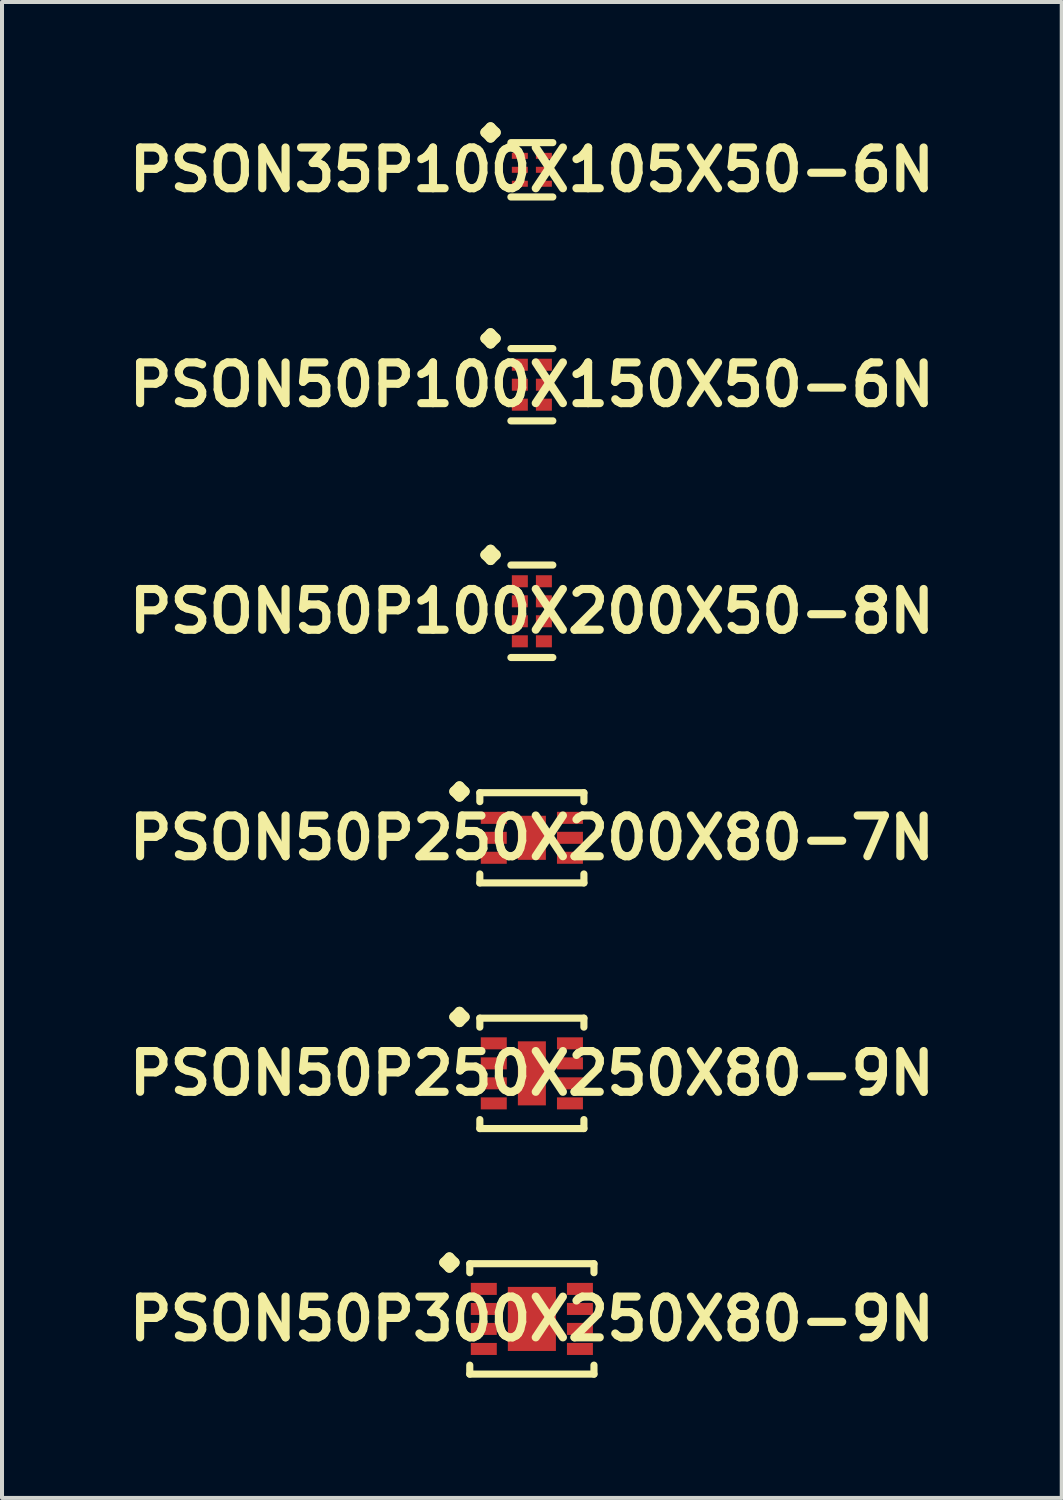
<source format=kicad_pcb>
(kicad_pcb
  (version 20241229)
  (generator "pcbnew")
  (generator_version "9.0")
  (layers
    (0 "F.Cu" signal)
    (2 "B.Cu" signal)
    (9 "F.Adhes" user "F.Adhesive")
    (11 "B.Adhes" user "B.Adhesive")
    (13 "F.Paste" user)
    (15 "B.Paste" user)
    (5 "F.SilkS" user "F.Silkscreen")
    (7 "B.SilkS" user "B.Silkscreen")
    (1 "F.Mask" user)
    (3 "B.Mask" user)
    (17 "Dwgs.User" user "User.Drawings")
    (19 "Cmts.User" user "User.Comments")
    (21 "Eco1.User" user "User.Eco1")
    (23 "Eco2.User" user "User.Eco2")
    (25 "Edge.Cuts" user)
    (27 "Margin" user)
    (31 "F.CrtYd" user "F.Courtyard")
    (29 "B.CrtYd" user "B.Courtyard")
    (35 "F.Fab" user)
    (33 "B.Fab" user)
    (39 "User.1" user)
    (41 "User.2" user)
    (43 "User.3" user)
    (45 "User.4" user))
  (footprint "PSON50P100X150X50-6N"
    (layer "F.Cu")
    (at 10.218 6.547)
    (property "Reference" "PSON50P100X150X50-6N" (at 0 0 0) (layer "F.SilkS") (effects (font (size 1.016 1.016) (thickness 0.203))))
    (attr smd)
    (fp_line (start -1.158 -1.156) (end -1.031 -1.283) (stroke (width 0.254) (type solid)) (layer "F.SilkS"))
    (fp_line (start -1.031 -1.283) (end -0.904 -1.156) (stroke (width 0.254) (type solid)) (layer "F.SilkS"))
    (fp_line (start -1.031 -1.029) (end -1.158 -1.156) (stroke (width 0.254) (type solid)) (layer "F.SilkS"))
    (fp_line (start -0.904 -1.156) (end -1.031 -1.029) (stroke (width 0.254) (type solid)) (layer "F.SilkS"))
    (fp_line (start -0.523 -0.902) (end 0.523 -0.902) (stroke (width 0.178) (type solid)) (layer "F.SilkS"))
    (fp_line (start -0.523 0.902) (end 0.523 0.902) (stroke (width 0.178) (type solid)) (layer "F.SilkS"))
    (pad "1" smd rect (at -0.3 -0.498) (size 0.399 0.3) (layers "F.Cu" "F.Mask" "F.Paste"))
    (pad "2" smd rect (at -0.3 0) (size 0.399 0.3) (layers "F.Cu" "F.Mask" "F.Paste"))
    (pad "3" smd rect (at -0.3 0.498) (size 0.399 0.3) (layers "F.Cu" "F.Mask" "F.Paste"))
    (pad "4" smd rect (at 0.3 0.498) (size 0.399 0.3) (layers "F.Cu" "F.Mask" "F.Paste"))
    (pad "5" smd rect (at 0.3 0) (size 0.399 0.3) (layers "F.Cu" "F.Mask" "F.Paste"))
    (pad "6" smd rect (at 0.3 -0.498) (size 0.399 0.3) (layers "F.Cu" "F.Mask" "F.Paste")))
  (footprint "PSON50P300X250X80-9N"
    (layer "F.Cu")
    (at 10.218 29.852)
    (property "Reference" "PSON50P300X250X80-9N" (at 0 0 0) (layer "F.SilkS") (effects (font (size 1.016 1.016) (thickness 0.203))))
    (attr smd)
    (fp_line (start -2.184 -1.407) (end -2.057 -1.534) (stroke (width 0.254) (type solid)) (layer "F.SilkS"))
    (fp_line (start -2.057 -1.534) (end -1.93 -1.407) (stroke (width 0.254) (type solid)) (layer "F.SilkS"))
    (fp_line (start -2.057 -1.28) (end -2.184 -1.407) (stroke (width 0.254) (type solid)) (layer "F.SilkS"))
    (fp_line (start -1.93 -1.407) (end -2.057 -1.28) (stroke (width 0.254) (type solid)) (layer "F.SilkS"))
    (fp_line (start -1.549 -1.377) (end 1.549 -1.377) (stroke (width 0.178) (type solid)) (layer "F.SilkS"))
    (fp_line (start -1.549 -1.153) (end -1.549 -1.377) (stroke (width 0.178) (type solid)) (layer "F.SilkS"))
    (fp_line (start -1.549 1.153) (end -1.549 1.377) (stroke (width 0.178) (type solid)) (layer "F.SilkS"))
    (fp_line (start -1.549 1.377) (end 1.549 1.377) (stroke (width 0.178) (type solid)) (layer "F.SilkS"))
    (fp_line (start 1.549 -1.377) (end 1.549 -1.153) (stroke (width 0.178) (type solid)) (layer "F.SilkS"))
    (fp_line (start 1.549 1.377) (end 1.549 1.153) (stroke (width 0.178) (type solid)) (layer "F.SilkS"))
    (pad "1" smd rect (at -1.199 -0.749) (size 0.648 0.3) (layers "F.Cu" "F.Mask" "F.Paste"))
    (pad "2" smd rect (at -1.199 -0.249) (size 0.648 0.3) (layers "F.Cu" "F.Mask" "F.Paste"))
    (pad "3" smd rect (at -1.199 0.249) (size 0.648 0.3) (layers "F.Cu" "F.Mask" "F.Paste"))
    (pad "4" smd rect (at -1.199 0.749) (size 0.648 0.3) (layers "F.Cu" "F.Mask" "F.Paste"))
    (pad "5" smd rect (at 1.199 0.749) (size 0.648 0.3) (layers "F.Cu" "F.Mask" "F.Paste"))
    (pad "6" smd rect (at 1.199 0.249) (size 0.648 0.3) (layers "F.Cu" "F.Mask" "F.Paste"))
    (pad "7" smd rect (at 1.199 -0.249) (size 0.648 0.3) (layers "F.Cu" "F.Mask" "F.Paste"))
    (pad "8" smd rect (at 1.199 -0.749) (size 0.648 0.3) (layers "F.Cu" "F.Mask" "F.Paste"))
    (pad "9" smd rect (at 0 0) (size 1.199 1.598) (layers "F.Cu" "F.Mask" "F.Paste")))
  (footprint "PSON35P100X105X50-6N"
    (layer "F.Cu")
    (at 10.218 1.186)
    (property "Reference" "PSON35P100X105X50-6N" (at 0 0 0) (layer "F.SilkS") (effects (font (size 1.016 1.016) (thickness 0.203))))
    (attr smd)
    (fp_line (start -1.158 -0.932) (end -1.031 -1.059) (stroke (width 0.254) (type solid)) (layer "F.SilkS"))
    (fp_line (start -1.031 -1.059) (end -0.904 -0.932) (stroke (width 0.254) (type solid)) (layer "F.SilkS"))
    (fp_line (start -1.031 -0.805) (end -1.158 -0.932) (stroke (width 0.254) (type solid)) (layer "F.SilkS"))
    (fp_line (start -0.904 -0.932) (end -1.031 -0.805) (stroke (width 0.254) (type solid)) (layer "F.SilkS"))
    (fp_line (start -0.523 -0.678) (end 0.523 -0.678) (stroke (width 0.178) (type solid)) (layer "F.SilkS"))
    (fp_line (start -0.523 0.678) (end 0.523 0.678) (stroke (width 0.178) (type solid)) (layer "F.SilkS"))
    (pad "1" smd rect (at -0.3 -0.348) (size 0.399 0.15) (layers "F.Cu" "F.Mask" "F.Paste"))
    (pad "2" smd rect (at -0.3 0) (size 0.399 0.15) (layers "F.Cu" "F.Mask" "F.Paste"))
    (pad "3" smd rect (at -0.3 0.348) (size 0.399 0.15) (layers "F.Cu" "F.Mask" "F.Paste"))
    (pad "4" smd rect (at 0.3 0.348) (size 0.399 0.15) (layers "F.Cu" "F.Mask" "F.Paste"))
    (pad "5" smd rect (at 0.3 0) (size 0.399 0.15) (layers "F.Cu" "F.Mask" "F.Paste"))
    (pad "6" smd rect (at 0.3 -0.348) (size 0.399 0.15) (layers "F.Cu" "F.Mask" "F.Paste")))
  (footprint "PSON50P100X200X50-8N"
    (layer "F.Cu")
    (at 10.218 12.199)
    (property "Reference" "PSON50P100X200X50-8N" (at 0 0 0) (layer "F.SilkS") (effects (font (size 1.016 1.016) (thickness 0.203))))
    (attr smd)
    (fp_line (start -1.158 -1.407) (end -1.031 -1.534) (stroke (width 0.254) (type solid)) (layer "F.SilkS"))
    (fp_line (start -1.031 -1.534) (end -0.904 -1.407) (stroke (width 0.254) (type solid)) (layer "F.SilkS"))
    (fp_line (start -1.031 -1.28) (end -1.158 -1.407) (stroke (width 0.254) (type solid)) (layer "F.SilkS"))
    (fp_line (start -0.904 -1.407) (end -1.031 -1.28) (stroke (width 0.254) (type solid)) (layer "F.SilkS"))
    (fp_line (start -0.523 -1.153) (end 0.523 -1.153) (stroke (width 0.178) (type solid)) (layer "F.SilkS"))
    (fp_line (start -0.523 1.153) (end 0.523 1.153) (stroke (width 0.178) (type solid)) (layer "F.SilkS"))
    (pad "1" smd rect (at -0.3 -0.749) (size 0.399 0.3) (layers "F.Cu" "F.Mask" "F.Paste"))
    (pad "2" smd rect (at -0.3 -0.249) (size 0.399 0.3) (layers "F.Cu" "F.Mask" "F.Paste"))
    (pad "3" smd rect (at -0.3 0.249) (size 0.399 0.3) (layers "F.Cu" "F.Mask" "F.Paste"))
    (pad "4" smd rect (at -0.3 0.749) (size 0.399 0.3) (layers "F.Cu" "F.Mask" "F.Paste"))
    (pad "5" smd rect (at 0.3 0.749) (size 0.399 0.3) (layers "F.Cu" "F.Mask" "F.Paste"))
    (pad "6" smd rect (at 0.3 0.249) (size 0.399 0.3) (layers "F.Cu" "F.Mask" "F.Paste"))
    (pad "7" smd rect (at 0.3 -0.249) (size 0.399 0.3) (layers "F.Cu" "F.Mask" "F.Paste"))
    (pad "8" smd rect (at 0.3 -0.749) (size 0.399 0.3) (layers "F.Cu" "F.Mask" "F.Paste")))
  (footprint "PSON50P250X200X80-7N"
    (layer "F.Cu")
    (at 10.218 17.85)
    (property "Reference" "PSON50P250X200X80-7N" (at 0 0 0) (layer "F.SilkS") (effects (font (size 1.016 1.016) (thickness 0.203))))
    (attr smd)
    (fp_line (start -1.933 -1.156) (end -1.806 -1.283) (stroke (width 0.254) (type solid)) (layer "F.SilkS"))
    (fp_line (start -1.806 -1.283) (end -1.679 -1.156) (stroke (width 0.254) (type solid)) (layer "F.SilkS"))
    (fp_line (start -1.806 -1.029) (end -1.933 -1.156) (stroke (width 0.254) (type solid)) (layer "F.SilkS"))
    (fp_line (start -1.679 -1.156) (end -1.806 -1.029) (stroke (width 0.254) (type solid)) (layer "F.SilkS"))
    (fp_line (start -1.298 -1.125) (end 1.298 -1.125) (stroke (width 0.178) (type solid)) (layer "F.SilkS"))
    (fp_line (start -1.298 -0.902) (end -1.298 -1.125) (stroke (width 0.178) (type solid)) (layer "F.SilkS"))
    (fp_line (start -1.298 0.902) (end -1.298 1.125) (stroke (width 0.178) (type solid)) (layer "F.SilkS"))
    (fp_line (start -1.298 1.125) (end 1.298 1.125) (stroke (width 0.178) (type solid)) (layer "F.SilkS"))
    (fp_line (start 1.298 -1.125) (end 1.298 -0.902) (stroke (width 0.178) (type solid)) (layer "F.SilkS"))
    (fp_line (start 1.298 1.125) (end 1.298 0.902) (stroke (width 0.178) (type solid)) (layer "F.SilkS"))
    (pad "1" smd rect (at -0.95 -0.498) (size 0.648 0.3) (layers "F.Cu" "F.Mask" "F.Paste"))
    (pad "2" smd rect (at -0.95 0) (size 0.648 0.3) (layers "F.Cu" "F.Mask" "F.Paste"))
    (pad "3" smd rect (at -0.95 0.498) (size 0.648 0.3) (layers "F.Cu" "F.Mask" "F.Paste"))
    (pad "4" smd rect (at 0.95 0.498) (size 0.648 0.3) (layers "F.Cu" "F.Mask" "F.Paste"))
    (pad "5" smd rect (at 0.95 0) (size 0.648 0.3) (layers "F.Cu" "F.Mask" "F.Paste"))
    (pad "6" smd rect (at 0.95 -0.498) (size 0.648 0.3) (layers "F.Cu" "F.Mask" "F.Paste"))
    (pad "7" smd rect (at 0 0) (size 0.699 1.1) (layers "F.Cu" "F.Mask" "F.Paste")))
  (footprint "PSON50P250X250X80-9N"
    (layer "F.Cu")
    (at 10.218 23.726)
    (property "Reference" "PSON50P250X250X80-9N" (at 0 0 0) (layer "F.SilkS") (effects (font (size 1.016 1.016) (thickness 0.203))))
    (attr smd)
    (fp_line (start -1.933 -1.407) (end -1.806 -1.534) (stroke (width 0.254) (type solid)) (layer "F.SilkS"))
    (fp_line (start -1.806 -1.534) (end -1.679 -1.407) (stroke (width 0.254) (type solid)) (layer "F.SilkS"))
    (fp_line (start -1.806 -1.28) (end -1.933 -1.407) (stroke (width 0.254) (type solid)) (layer "F.SilkS"))
    (fp_line (start -1.679 -1.407) (end -1.806 -1.28) (stroke (width 0.254) (type solid)) (layer "F.SilkS"))
    (fp_line (start -1.298 -1.377) (end 1.298 -1.377) (stroke (width 0.178) (type solid)) (layer "F.SilkS"))
    (fp_line (start -1.298 -1.153) (end -1.298 -1.377) (stroke (width 0.178) (type solid)) (layer "F.SilkS"))
    (fp_line (start -1.298 1.153) (end -1.298 1.377) (stroke (width 0.178) (type solid)) (layer "F.SilkS"))
    (fp_line (start -1.298 1.377) (end 1.298 1.377) (stroke (width 0.178) (type solid)) (layer "F.SilkS"))
    (fp_line (start 1.298 -1.377) (end 1.298 -1.153) (stroke (width 0.178) (type solid)) (layer "F.SilkS"))
    (fp_line (start 1.298 1.377) (end 1.298 1.153) (stroke (width 0.178) (type solid)) (layer "F.SilkS"))
    (pad "1" smd rect (at -0.95 -0.749) (size 0.648 0.3) (layers "F.Cu" "F.Mask" "F.Paste"))
    (pad "2" smd rect (at -0.95 -0.249) (size 0.648 0.3) (layers "F.Cu" "F.Mask" "F.Paste"))
    (pad "3" smd rect (at -0.95 0.249) (size 0.648 0.3) (layers "F.Cu" "F.Mask" "F.Paste"))
    (pad "4" smd rect (at -0.95 0.749) (size 0.648 0.3) (layers "F.Cu" "F.Mask" "F.Paste"))
    (pad "5" smd rect (at 0.95 0.749) (size 0.648 0.3) (layers "F.Cu" "F.Mask" "F.Paste"))
    (pad "6" smd rect (at 0.95 0.249) (size 0.648 0.3) (layers "F.Cu" "F.Mask" "F.Paste"))
    (pad "7" smd rect (at 0.95 -0.249) (size 0.648 0.3) (layers "F.Cu" "F.Mask" "F.Paste"))
    (pad "8" smd rect (at 0.95 -0.749) (size 0.648 0.3) (layers "F.Cu" "F.Mask" "F.Paste"))
    (pad "9" smd rect (at 0 0) (size 0.699 1.598) (layers "F.Cu" "F.Mask" "F.Paste")))
  (gr_rect
    (start -3 -3)
    (end 23.436 34.318)
    (stroke (width 0.1) (type default))
    (fill no)
    (layer "Edge.Cuts")))
</source>
